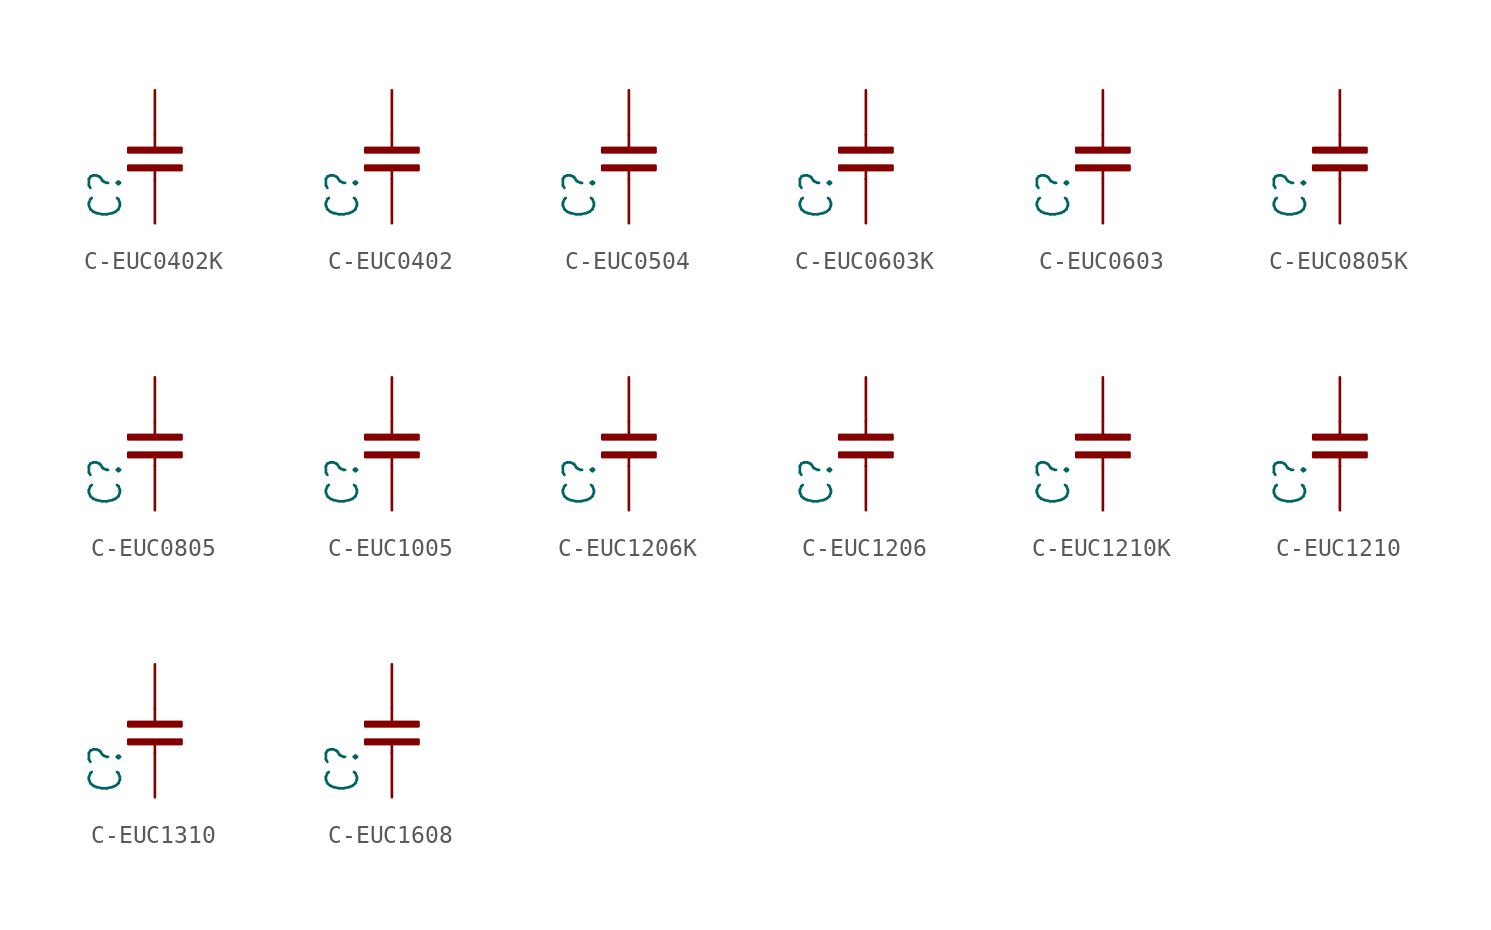
<source format=kicad_sym>
(kicad_symbol_lib
  (version 20220914)
  (generator kicad_symbol_editor)
  (symbol "C-EUC0402K"
    (property "Reference" "C"
      (at -1.778 -4.953 90)
      (effects (font (size 1.778 1.511)) (justify left bottom)))
    (property "Value" ""
      (at 3.81 -5.207 90)
      (effects (font (size 1.778 1.511)) (justify left bottom)))
    (property "ki_locked" ""
      (at 0 0 0)
      (effects (font (size 1.27 1.27))))
    (symbol "C-EUC0402K_1_0"
      (rectangle (start -1.524 -2.032) (end 1.524 -1.778) (stroke (width 0) (type default)) (fill (type outline)))
      (rectangle (start -1.524 -1.016) (end 1.524 -0.762) (stroke (width 0) (type default)) (fill (type outline)))
      (polyline (pts (xy 0 -2.54) (xy 0 -2.032)) (stroke (width 0.152) (type solid)) (fill (type none)))
      (polyline (pts (xy 0 0) (xy 0 -0.762)) (stroke (width 0.152) (type solid)) (fill (type none)))
      (pin passive line (at 0 2.54 270) (length 2.54) (name "1" (effects (font (size 0 0)))) (number "1" (effects (font (size 0 0)))))
      (pin passive line (at 0 -5.08 90) (length 2.54) (name "2" (effects (font (size 0 0)))) (number "2" (effects (font (size 0 0)))))))
  (symbol "C-EUC0402"
    (property "Reference" "C"
      (at -1.778 -4.953 90)
      (effects (font (size 1.778 1.511)) (justify left bottom)))
    (property "Value" ""
      (at 3.81 -5.207 90)
      (effects (font (size 1.778 1.511)) (justify left bottom)))
    (property "ki_locked" ""
      (at 0 0 0)
      (effects (font (size 1.27 1.27))))
    (symbol "C-EUC0402_1_0"
      (rectangle (start -1.524 -2.032) (end 1.524 -1.778) (stroke (width 0) (type default)) (fill (type outline)))
      (rectangle (start -1.524 -1.016) (end 1.524 -0.762) (stroke (width 0) (type default)) (fill (type outline)))
      (polyline (pts (xy 0 -2.54) (xy 0 -2.032)) (stroke (width 0.152) (type solid)) (fill (type none)))
      (polyline (pts (xy 0 0) (xy 0 -0.762)) (stroke (width 0.152) (type solid)) (fill (type none)))
      (pin passive line (at 0 2.54 270) (length 2.54) (name "1" (effects (font (size 0 0)))) (number "1" (effects (font (size 0 0)))))
      (pin passive line (at 0 -5.08 90) (length 2.54) (name "2" (effects (font (size 0 0)))) (number "2" (effects (font (size 0 0)))))))
  (symbol "C-EUC0504"
    (property "Reference" "C"
      (at -1.778 -4.953 90)
      (effects (font (size 1.778 1.511)) (justify left bottom)))
    (property "Value" ""
      (at 3.81 -5.207 90)
      (effects (font (size 1.778 1.511)) (justify left bottom)))
    (property "ki_locked" ""
      (at 0 0 0)
      (effects (font (size 1.27 1.27))))
    (symbol "C-EUC0504_1_0"
      (rectangle (start -1.524 -2.032) (end 1.524 -1.778) (stroke (width 0) (type default)) (fill (type outline)))
      (rectangle (start -1.524 -1.016) (end 1.524 -0.762) (stroke (width 0) (type default)) (fill (type outline)))
      (polyline (pts (xy 0 -2.54) (xy 0 -2.032)) (stroke (width 0.152) (type solid)) (fill (type none)))
      (polyline (pts (xy 0 0) (xy 0 -0.762)) (stroke (width 0.152) (type solid)) (fill (type none)))
      (pin passive line (at 0 2.54 270) (length 2.54) (name "1" (effects (font (size 0 0)))) (number "1" (effects (font (size 0 0)))))
      (pin passive line (at 0 -5.08 90) (length 2.54) (name "2" (effects (font (size 0 0)))) (number "2" (effects (font (size 0 0)))))))
  (symbol "C-EUC0603K"
    (property "Reference" "C"
      (at -1.778 -4.953 90)
      (effects (font (size 1.778 1.511)) (justify left bottom)))
    (property "Value" ""
      (at 3.81 -5.207 90)
      (effects (font (size 1.778 1.511)) (justify left bottom)))
    (property "ki_locked" ""
      (at 0 0 0)
      (effects (font (size 1.27 1.27))))
    (symbol "C-EUC0603K_1_0"
      (rectangle (start -1.524 -2.032) (end 1.524 -1.778) (stroke (width 0) (type default)) (fill (type outline)))
      (rectangle (start -1.524 -1.016) (end 1.524 -0.762) (stroke (width 0) (type default)) (fill (type outline)))
      (polyline (pts (xy 0 -2.54) (xy 0 -2.032)) (stroke (width 0.152) (type solid)) (fill (type none)))
      (polyline (pts (xy 0 0) (xy 0 -0.762)) (stroke (width 0.152) (type solid)) (fill (type none)))
      (pin passive line (at 0 2.54 270) (length 2.54) (name "1" (effects (font (size 0 0)))) (number "1" (effects (font (size 0 0)))))
      (pin passive line (at 0 -5.08 90) (length 2.54) (name "2" (effects (font (size 0 0)))) (number "2" (effects (font (size 0 0)))))))
  (symbol "C-EUC0603"
    (property "Reference" "C"
      (at -1.778 -4.953 90)
      (effects (font (size 1.778 1.511)) (justify left bottom)))
    (property "Value" ""
      (at 3.81 -5.207 90)
      (effects (font (size 1.778 1.511)) (justify left bottom)))
    (property "ki_locked" ""
      (at 0 0 0)
      (effects (font (size 1.27 1.27))))
    (symbol "C-EUC0603_1_0"
      (rectangle (start -1.524 -2.032) (end 1.524 -1.778) (stroke (width 0) (type default)) (fill (type outline)))
      (rectangle (start -1.524 -1.016) (end 1.524 -0.762) (stroke (width 0) (type default)) (fill (type outline)))
      (polyline (pts (xy 0 -2.54) (xy 0 -2.032)) (stroke (width 0.152) (type solid)) (fill (type none)))
      (polyline (pts (xy 0 0) (xy 0 -0.762)) (stroke (width 0.152) (type solid)) (fill (type none)))
      (pin passive line (at 0 2.54 270) (length 2.54) (name "1" (effects (font (size 0 0)))) (number "1" (effects (font (size 0 0)))))
      (pin passive line (at 0 -5.08 90) (length 2.54) (name "2" (effects (font (size 0 0)))) (number "2" (effects (font (size 0 0)))))))
  (symbol "C-EUC0805K"
    (property "Reference" "C"
      (at -1.778 -4.953 90)
      (effects (font (size 1.778 1.511)) (justify left bottom)))
    (property "Value" ""
      (at 3.81 -5.207 90)
      (effects (font (size 1.778 1.511)) (justify left bottom)))
    (property "ki_locked" ""
      (at 0 0 0)
      (effects (font (size 1.27 1.27))))
    (symbol "C-EUC0805K_1_0"
      (rectangle (start -1.524 -2.032) (end 1.524 -1.778) (stroke (width 0) (type default)) (fill (type outline)))
      (rectangle (start -1.524 -1.016) (end 1.524 -0.762) (stroke (width 0) (type default)) (fill (type outline)))
      (polyline (pts (xy 0 -2.54) (xy 0 -2.032)) (stroke (width 0.152) (type solid)) (fill (type none)))
      (polyline (pts (xy 0 0) (xy 0 -0.762)) (stroke (width 0.152) (type solid)) (fill (type none)))
      (pin passive line (at 0 2.54 270) (length 2.54) (name "1" (effects (font (size 0 0)))) (number "1" (effects (font (size 0 0)))))
      (pin passive line (at 0 -5.08 90) (length 2.54) (name "2" (effects (font (size 0 0)))) (number "2" (effects (font (size 0 0)))))))
  (symbol "C-EUC0805"
    (property "Reference" "C"
      (at -1.778 -4.953 90)
      (effects (font (size 1.778 1.511)) (justify left bottom)))
    (property "Value" ""
      (at 3.81 -5.207 90)
      (effects (font (size 1.778 1.511)) (justify left bottom)))
    (property "ki_locked" ""
      (at 0 0 0)
      (effects (font (size 1.27 1.27))))
    (symbol "C-EUC0805_1_0"
      (rectangle (start -1.524 -2.032) (end 1.524 -1.778) (stroke (width 0) (type default)) (fill (type outline)))
      (rectangle (start -1.524 -1.016) (end 1.524 -0.762) (stroke (width 0) (type default)) (fill (type outline)))
      (polyline (pts (xy 0 -2.54) (xy 0 -2.032)) (stroke (width 0.152) (type solid)) (fill (type none)))
      (polyline (pts (xy 0 0) (xy 0 -0.762)) (stroke (width 0.152) (type solid)) (fill (type none)))
      (pin passive line (at 0 2.54 270) (length 2.54) (name "1" (effects (font (size 0 0)))) (number "1" (effects (font (size 0 0)))))
      (pin passive line (at 0 -5.08 90) (length 2.54) (name "2" (effects (font (size 0 0)))) (number "2" (effects (font (size 0 0)))))))
  (symbol "C-EUC1005"
    (property "Reference" "C"
      (at -1.778 -4.953 90)
      (effects (font (size 1.778 1.511)) (justify left bottom)))
    (property "Value" ""
      (at 3.81 -5.207 90)
      (effects (font (size 1.778 1.511)) (justify left bottom)))
    (property "ki_locked" ""
      (at 0 0 0)
      (effects (font (size 1.27 1.27))))
    (symbol "C-EUC1005_1_0"
      (rectangle (start -1.524 -2.032) (end 1.524 -1.778) (stroke (width 0) (type default)) (fill (type outline)))
      (rectangle (start -1.524 -1.016) (end 1.524 -0.762) (stroke (width 0) (type default)) (fill (type outline)))
      (polyline (pts (xy 0 -2.54) (xy 0 -2.032)) (stroke (width 0.152) (type solid)) (fill (type none)))
      (polyline (pts (xy 0 0) (xy 0 -0.762)) (stroke (width 0.152) (type solid)) (fill (type none)))
      (pin passive line (at 0 2.54 270) (length 2.54) (name "1" (effects (font (size 0 0)))) (number "1" (effects (font (size 0 0)))))
      (pin passive line (at 0 -5.08 90) (length 2.54) (name "2" (effects (font (size 0 0)))) (number "2" (effects (font (size 0 0)))))))
  (symbol "C-EUC1206K"
    (property "Reference" "C"
      (at -1.778 -4.953 90)
      (effects (font (size 1.778 1.511)) (justify left bottom)))
    (property "Value" ""
      (at 3.81 -5.207 90)
      (effects (font (size 1.778 1.511)) (justify left bottom)))
    (property "ki_locked" ""
      (at 0 0 0)
      (effects (font (size 1.27 1.27))))
    (symbol "C-EUC1206K_1_0"
      (rectangle (start -1.524 -2.032) (end 1.524 -1.778) (stroke (width 0) (type default)) (fill (type outline)))
      (rectangle (start -1.524 -1.016) (end 1.524 -0.762) (stroke (width 0) (type default)) (fill (type outline)))
      (polyline (pts (xy 0 -2.54) (xy 0 -2.032)) (stroke (width 0.152) (type solid)) (fill (type none)))
      (polyline (pts (xy 0 0) (xy 0 -0.762)) (stroke (width 0.152) (type solid)) (fill (type none)))
      (pin passive line (at 0 2.54 270) (length 2.54) (name "1" (effects (font (size 0 0)))) (number "1" (effects (font (size 0 0)))))
      (pin passive line (at 0 -5.08 90) (length 2.54) (name "2" (effects (font (size 0 0)))) (number "2" (effects (font (size 0 0)))))))
  (symbol "C-EUC1206"
    (property "Reference" "C"
      (at -1.778 -4.953 90)
      (effects (font (size 1.778 1.511)) (justify left bottom)))
    (property "Value" ""
      (at 3.81 -5.207 90)
      (effects (font (size 1.778 1.511)) (justify left bottom)))
    (property "ki_locked" ""
      (at 0 0 0)
      (effects (font (size 1.27 1.27))))
    (symbol "C-EUC1206_1_0"
      (rectangle (start -1.524 -2.032) (end 1.524 -1.778) (stroke (width 0) (type default)) (fill (type outline)))
      (rectangle (start -1.524 -1.016) (end 1.524 -0.762) (stroke (width 0) (type default)) (fill (type outline)))
      (polyline (pts (xy 0 -2.54) (xy 0 -2.032)) (stroke (width 0.152) (type solid)) (fill (type none)))
      (polyline (pts (xy 0 0) (xy 0 -0.762)) (stroke (width 0.152) (type solid)) (fill (type none)))
      (pin passive line (at 0 2.54 270) (length 2.54) (name "1" (effects (font (size 0 0)))) (number "1" (effects (font (size 0 0)))))
      (pin passive line (at 0 -5.08 90) (length 2.54) (name "2" (effects (font (size 0 0)))) (number "2" (effects (font (size 0 0)))))))
  (symbol "C-EUC1210K"
    (property "Reference" "C"
      (at -1.778 -4.953 90)
      (effects (font (size 1.778 1.511)) (justify left bottom)))
    (property "Value" ""
      (at 3.81 -5.207 90)
      (effects (font (size 1.778 1.511)) (justify left bottom)))
    (property "ki_locked" ""
      (at 0 0 0)
      (effects (font (size 1.27 1.27))))
    (symbol "C-EUC1210K_1_0"
      (rectangle (start -1.524 -2.032) (end 1.524 -1.778) (stroke (width 0) (type default)) (fill (type outline)))
      (rectangle (start -1.524 -1.016) (end 1.524 -0.762) (stroke (width 0) (type default)) (fill (type outline)))
      (polyline (pts (xy 0 -2.54) (xy 0 -2.032)) (stroke (width 0.152) (type solid)) (fill (type none)))
      (polyline (pts (xy 0 0) (xy 0 -0.762)) (stroke (width 0.152) (type solid)) (fill (type none)))
      (pin passive line (at 0 2.54 270) (length 2.54) (name "1" (effects (font (size 0 0)))) (number "1" (effects (font (size 0 0)))))
      (pin passive line (at 0 -5.08 90) (length 2.54) (name "2" (effects (font (size 0 0)))) (number "2" (effects (font (size 0 0)))))))
  (symbol "C-EUC1210"
    (property "Reference" "C"
      (at -1.778 -4.953 90)
      (effects (font (size 1.778 1.511)) (justify left bottom)))
    (property "Value" ""
      (at 3.81 -5.207 90)
      (effects (font (size 1.778 1.511)) (justify left bottom)))
    (property "ki_locked" ""
      (at 0 0 0)
      (effects (font (size 1.27 1.27))))
    (symbol "C-EUC1210_1_0"
      (rectangle (start -1.524 -2.032) (end 1.524 -1.778) (stroke (width 0) (type default)) (fill (type outline)))
      (rectangle (start -1.524 -1.016) (end 1.524 -0.762) (stroke (width 0) (type default)) (fill (type outline)))
      (polyline (pts (xy 0 -2.54) (xy 0 -2.032)) (stroke (width 0.152) (type solid)) (fill (type none)))
      (polyline (pts (xy 0 0) (xy 0 -0.762)) (stroke (width 0.152) (type solid)) (fill (type none)))
      (pin passive line (at 0 2.54 270) (length 2.54) (name "1" (effects (font (size 0 0)))) (number "1" (effects (font (size 0 0)))))
      (pin passive line (at 0 -5.08 90) (length 2.54) (name "2" (effects (font (size 0 0)))) (number "2" (effects (font (size 0 0)))))))
  (symbol "C-EUC1310"
    (property "Reference" "C"
      (at -1.778 -4.953 90)
      (effects (font (size 1.778 1.511)) (justify left bottom)))
    (property "Value" ""
      (at 3.81 -5.207 90)
      (effects (font (size 1.778 1.511)) (justify left bottom)))
    (property "ki_locked" ""
      (at 0 0 0)
      (effects (font (size 1.27 1.27))))
    (symbol "C-EUC1310_1_0"
      (rectangle (start -1.524 -2.032) (end 1.524 -1.778) (stroke (width 0) (type default)) (fill (type outline)))
      (rectangle (start -1.524 -1.016) (end 1.524 -0.762) (stroke (width 0) (type default)) (fill (type outline)))
      (polyline (pts (xy 0 -2.54) (xy 0 -2.032)) (stroke (width 0.152) (type solid)) (fill (type none)))
      (polyline (pts (xy 0 0) (xy 0 -0.762)) (stroke (width 0.152) (type solid)) (fill (type none)))
      (pin passive line (at 0 2.54 270) (length 2.54) (name "1" (effects (font (size 0 0)))) (number "1" (effects (font (size 0 0)))))
      (pin passive line (at 0 -5.08 90) (length 2.54) (name "2" (effects (font (size 0 0)))) (number "2" (effects (font (size 0 0)))))))
  (symbol "C-EUC1608"
    (property "Reference" "C"
      (at -1.778 -4.953 90)
      (effects (font (size 1.778 1.511)) (justify left bottom)))
    (property "Value" ""
      (at 3.81 -5.207 90)
      (effects (font (size 1.778 1.511)) (justify left bottom)))
    (property "ki_locked" ""
      (at 0 0 0)
      (effects (font (size 1.27 1.27))))
    (symbol "C-EUC1608_1_0"
      (rectangle (start -1.524 -2.032) (end 1.524 -1.778) (stroke (width 0) (type default)) (fill (type outline)))
      (rectangle (start -1.524 -1.016) (end 1.524 -0.762) (stroke (width 0) (type default)) (fill (type outline)))
      (polyline (pts (xy 0 -2.54) (xy 0 -2.032)) (stroke (width 0.152) (type solid)) (fill (type none)))
      (polyline (pts (xy 0 0) (xy 0 -0.762)) (stroke (width 0.152) (type solid)) (fill (type none)))
      (pin passive line (at 0 2.54 270) (length 2.54) (name "1" (effects (font (size 0 0)))) (number "1" (effects (font (size 0 0)))))
      (pin passive line (at 0 -5.08 90) (length 2.54) (name "2" (effects (font (size 0 0)))) (number "2" (effects (font (size 0 0))))))))
</source>
